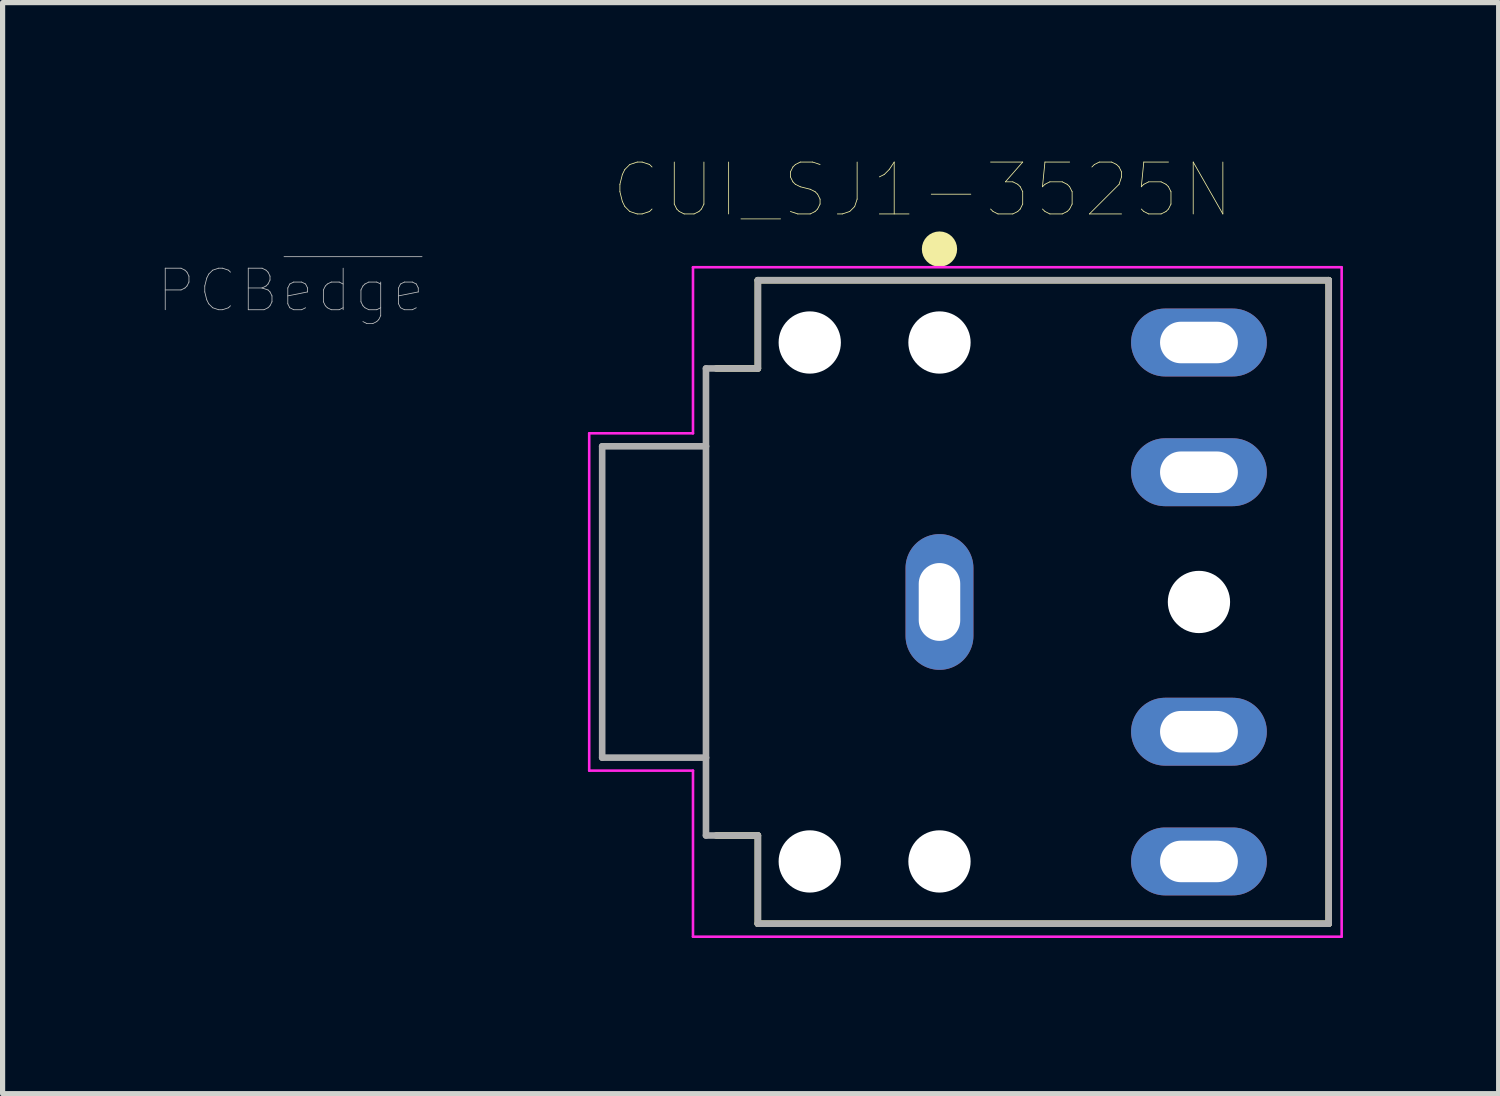
<source format=kicad_pcb>
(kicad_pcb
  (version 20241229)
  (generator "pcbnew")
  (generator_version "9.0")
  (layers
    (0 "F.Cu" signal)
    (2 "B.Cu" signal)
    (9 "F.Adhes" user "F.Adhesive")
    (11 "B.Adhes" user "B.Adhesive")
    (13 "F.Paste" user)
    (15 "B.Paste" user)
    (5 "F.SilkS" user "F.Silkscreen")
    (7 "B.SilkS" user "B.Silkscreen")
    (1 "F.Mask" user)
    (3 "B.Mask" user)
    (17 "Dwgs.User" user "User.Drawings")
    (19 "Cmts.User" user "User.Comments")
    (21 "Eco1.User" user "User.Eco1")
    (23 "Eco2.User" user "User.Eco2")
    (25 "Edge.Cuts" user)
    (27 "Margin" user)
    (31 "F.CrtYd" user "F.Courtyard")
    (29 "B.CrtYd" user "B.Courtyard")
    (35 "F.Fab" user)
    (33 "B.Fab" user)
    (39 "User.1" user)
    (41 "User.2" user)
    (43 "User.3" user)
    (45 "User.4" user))
  (footprint "CUI_SJ1-3525N"
    (layer "F.Cu")
    (at 15.054 8.55)
    (property "Reference" "CUI_SJ1-3525N" (at -0.325 -7.939 0) (layer "F.SilkS") (effects (font (size 1 1) (thickness 0.015))))
    (attr through_hole)
    (fp_line (start -3.5 -6.2) (end -3.5 -4.5) (stroke (width 0.127) (type solid)) (layer "F.SilkS"))
    (fp_line (start -3.5 -4.5) (end -4.3 -4.5) (stroke (width 0.127) (type solid)) (layer "F.SilkS"))
    (fp_line (start -3.5 4.5) (end -4.3 4.5) (stroke (width 0.127) (type solid)) (layer "F.SilkS"))
    (fp_line (start -3.5 4.5) (end -3.5 6.2) (stroke (width 0.127) (type solid)) (layer "F.SilkS"))
    (fp_line (start 7.5 -6.2) (end -3.5 -6.2) (stroke (width 0.127) (type solid)) (layer "F.SilkS"))
    (fp_line (start 7.5 -6.2) (end 7.5 6.2) (stroke (width 0.127) (type solid)) (layer "F.SilkS"))
    (fp_line (start 7.5 6.2) (end -3.5 6.2) (stroke (width 0.127) (type solid)) (layer "F.SilkS"))
    (fp_circle (center 0 -6.8) (end 0.17 -6.8) (stroke (width 0.34) (type solid)) (fill no) (layer "F.SilkS"))
    (fp_line (start -4.5 -6) (end -4.5 -2) (stroke (width 0.0001) (type solid)) (layer "Edge.Cuts"))
    (fp_line (start -4.5 -2) (end -3.3 -2) (stroke (width 0.0001) (type solid)) (layer "Edge.Cuts"))
    (fp_line (start -4.5 2) (end -4.5 6) (stroke (width 0.0001) (type solid)) (layer "Edge.Cuts"))
    (fp_line (start -3.3 -2) (end -3.3 2) (stroke (width 0.0001) (type solid)) (layer "Edge.Cuts"))
    (fp_line (start -3.3 2) (end -4.5 2) (stroke (width 0.0001) (type solid)) (layer "Edge.Cuts"))
    (fp_line (start -6.75 -3.25) (end -6.75 3.25) (stroke (width 0.05) (type solid)) (layer "F.CrtYd"))
    (fp_line (start -6.75 3.25) (end -4.75 3.25) (stroke (width 0.05) (type solid)) (layer "F.CrtYd"))
    (fp_line (start -4.75 -6.45) (end -4.75 -3.25) (stroke (width 0.05) (type solid)) (layer "F.CrtYd"))
    (fp_line (start -4.75 -6.45) (end 7.75 -6.45) (stroke (width 0.05) (type solid)) (layer "F.CrtYd"))
    (fp_line (start -4.75 -3.25) (end -6.75 -3.25) (stroke (width 0.05) (type solid)) (layer "F.CrtYd"))
    (fp_line (start -4.75 3.25) (end -4.75 6.45) (stroke (width 0.05) (type solid)) (layer "F.CrtYd"))
    (fp_line (start 7.75 -6.45) (end 7.75 6.45) (stroke (width 0.05) (type solid)) (layer "F.CrtYd"))
    (fp_line (start 7.75 6.45) (end -4.75 6.45) (stroke (width 0.05) (type solid)) (layer "F.CrtYd"))
    (fp_line (start -6.5 -3) (end -6.5 3) (stroke (width 0.127) (type solid)) (layer "F.Fab"))
    (fp_line (start -6.5 3) (end -4.5 3) (stroke (width 0.127) (type solid)) (layer "F.Fab"))
    (fp_line (start -4.5 -4.5) (end -4.5 -3) (stroke (width 0.127) (type solid)) (layer "F.Fab"))
    (fp_line (start -4.5 -3) (end -6.5 -3) (stroke (width 0.127) (type solid)) (layer "F.Fab"))
    (fp_line (start -4.5 -3) (end -4.5 3) (stroke (width 0.127) (type solid)) (layer "F.Fab"))
    (fp_line (start -4.5 3) (end -4.5 4.5) (stroke (width 0.127) (type solid)) (layer "F.Fab"))
    (fp_line (start -4.5 4.5) (end -3.5 4.5) (stroke (width 0.127) (type solid)) (layer "F.Fab"))
    (fp_line (start -3.5 -6.2) (end -3.5 -4.5) (stroke (width 0.127) (type solid)) (layer "F.Fab"))
    (fp_line (start -3.5 -4.5) (end -4.5 -4.5) (stroke (width 0.127) (type solid)) (layer "F.Fab"))
    (fp_line (start -3.5 4.5) (end -3.5 6.2) (stroke (width 0.127) (type solid)) (layer "F.Fab"))
    (fp_line (start 7.5 -6.2) (end -3.5 -6.2) (stroke (width 0.127) (type solid)) (layer "F.Fab"))
    (fp_line (start 7.5 -6.2) (end 7.5 6.2) (stroke (width 0.127) (type solid)) (layer "F.Fab"))
    (fp_line (start 7.5 6.2) (end -3.5 6.2) (stroke (width 0.127) (type solid)) (layer "F.Fab"))
    (fp_text user "PCB~{edge}" (at -12.501 -6.001 0) (layer "Dwgs.User") (effects (font (size 0.8 0.8) (thickness 0.015))))
    (pad "" np_thru_hole circle (at -2.5 -5) (size 1.2 1.2) (drill 1.2) (layers "*.Cu" "*.Mask"))
    (pad "" np_thru_hole circle (at -2.5 5) (size 1.2 1.2) (drill 1.2) (layers "*.Cu" "*.Mask"))
    (pad "" np_thru_hole circle (at 0 -5) (size 1.2 1.2) (drill 1.2) (layers "*.Cu" "*.Mask"))
    (pad "" np_thru_hole circle (at 0 5) (size 1.2 1.2) (drill 1.2) (layers "*.Cu" "*.Mask"))
    (pad "" np_thru_hole circle (at 5 0) (size 1.2 1.2) (drill 1.2) (layers "*.Cu" "*.Mask"))
    (pad "1" thru_hole oval (at 0 0) (size 1.308 2.616) (drill oval 0.8 1.5) (layers "*.Cu" "*.Mask"))
    (pad "2" thru_hole oval (at 5 5) (size 2.616 1.308) (drill oval 1.5 0.8) (layers "*.Cu" "*.Mask"))
    (pad "3" thru_hole oval (at 5 -5) (size 2.616 1.308) (drill oval 1.5 0.8) (layers "*.Cu" "*.Mask"))
    (pad "10" thru_hole oval (at 5 2.5) (size 2.616 1.308) (drill oval 1.5 0.8) (layers "*.Cu" "*.Mask"))
    (pad "11" thru_hole oval (at 5 -2.5) (size 2.616 1.308) (drill oval 1.5 0.8) (layers "*.Cu" "*.Mask")))
  (gr_rect
    (start -3 -3)
    (end 25.829 18.025)
    (stroke (width 0.1) (type default))
    (fill no)
    (layer "Edge.Cuts")))
</source>
